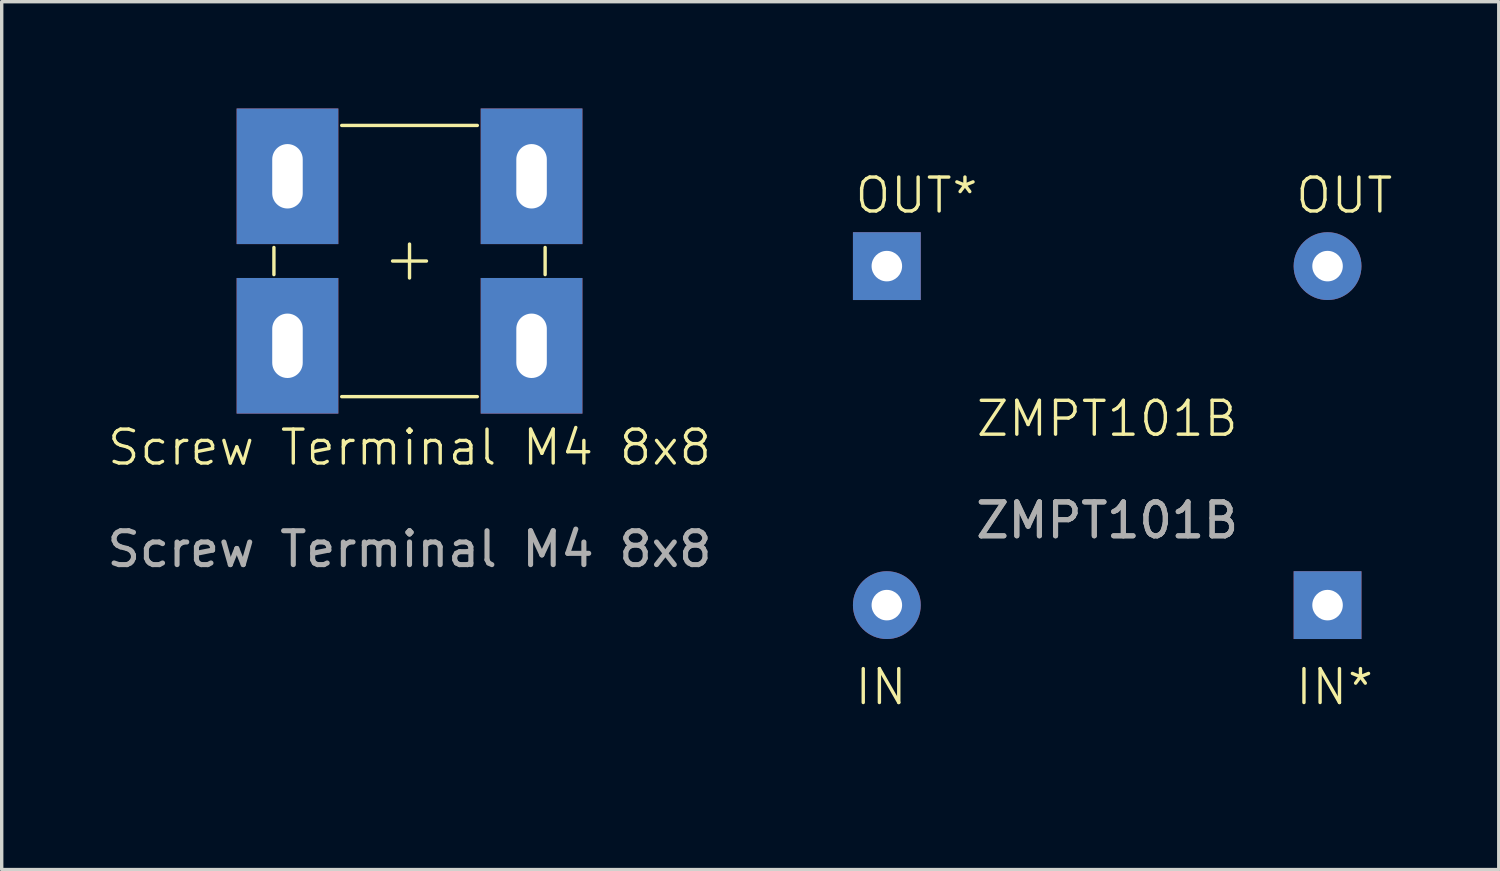
<source format=kicad_pcb>
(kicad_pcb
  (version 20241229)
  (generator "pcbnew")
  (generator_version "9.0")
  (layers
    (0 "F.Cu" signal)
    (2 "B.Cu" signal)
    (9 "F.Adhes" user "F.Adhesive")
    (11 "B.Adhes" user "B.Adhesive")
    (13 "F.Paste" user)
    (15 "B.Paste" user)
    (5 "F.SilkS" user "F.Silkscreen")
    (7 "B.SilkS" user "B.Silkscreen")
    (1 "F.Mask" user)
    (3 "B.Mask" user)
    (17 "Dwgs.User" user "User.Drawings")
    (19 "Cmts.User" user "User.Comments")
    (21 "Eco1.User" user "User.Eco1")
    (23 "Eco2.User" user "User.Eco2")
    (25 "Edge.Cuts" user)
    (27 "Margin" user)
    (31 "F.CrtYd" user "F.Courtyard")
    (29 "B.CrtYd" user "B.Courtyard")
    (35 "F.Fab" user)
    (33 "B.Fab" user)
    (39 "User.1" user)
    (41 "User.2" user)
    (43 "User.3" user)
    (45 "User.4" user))
  (footprint "Screw Terminal M4 8x8"
    (layer "F.Cu")
    (at 9.03 10.65)
    (property "Reference" "Screw Terminal M4 8x8" (at 0 -0.5 0) (unlocked yes) (layer "F.SilkS") (effects (font (size 1 1) (thickness 0.1))))
    (attr smd)
    (fp_line (start -4 -5.6) (end -4 -6.4) (stroke (width 0.1) (type default)) (layer "F.SilkS"))
    (fp_line (start -2 -10) (end 2 -10) (stroke (width 0.1) (type default)) (layer "F.SilkS"))
    (fp_line (start -2 -2) (end 2 -2) (stroke (width 0.1) (type default)) (layer "F.SilkS"))
    (fp_line (start -0.5 -6) (end 0.5 -6) (stroke (width 0.1) (type default)) (layer "F.SilkS"))
    (fp_line (start 0 -5.5) (end 0 -6.5) (stroke (width 0.1) (type default)) (layer "F.SilkS"))
    (fp_line (start 4 -5.6) (end 4 -6.4) (stroke (width 0.1) (type default)) (layer "F.SilkS"))
    (fp_rect (start -5.2 -10.6) (end 5.2 -1.4) (stroke (width 0.1) (type default)) (fill no) (layer "Margin"))
    (fp_text user "${REFERENCE}" (at 0 2.5 0) (unlocked yes) (layer "F.Fab") (effects (font (size 1 1) (thickness 0.15))))
    (pad "1" thru_hole rect (at -3.6 -8.5 90) (size 4 3) (drill oval 1.9 0.9) (layers "*.Cu" "*.Mask"))
    (pad "1" thru_hole rect (at -3.6 -3.5 90) (size 4 3) (drill oval 1.9 0.9) (layers "*.Cu" "*.Mask"))
    (pad "1" thru_hole rect (at 3.6 -8.5 90) (size 4 3) (drill oval 1.9 0.9) (layers "*.Cu" "*.Mask"))
    (pad "1" thru_hole rect (at 3.6 -3.5 90) (size 4 3) (drill oval 1.9 0.9) (layers "*.Cu" "*.Mask")))
  (footprint "ZMPT101B"
    (layer "F.Cu")
    (at 29.61 9.8)
    (property "Reference" "ZMPT101B" (at 0 -0.5 0) (unlocked yes) (layer "F.SilkS") (effects (font (size 1 1) (thickness 0.1))))
    (attr through_hole)
    (fp_rect (start -8.5 -9.75) (end 8.5 9.75) (stroke (width 0.1) (type default)) (fill no) (layer "Margin"))
    (fp_text user "IN*" (at 5.5 8 0) (unlocked yes) (layer "F.SilkS") (effects (font (size 1 1) (thickness 0.1)) (justify left bottom)))
    (fp_text user "OUT" (at 5.5 -6.5 0) (unlocked yes) (layer "F.SilkS") (effects (font (size 1 1) (thickness 0.1)) (justify left bottom)))
    (fp_text user "IN" (at -7.5 8 0) (unlocked yes) (layer "F.SilkS") (effects (font (size 1 1) (thickness 0.1)) (justify left bottom)))
    (fp_text user "OUT*" (at -7.5 -6.5 0) (unlocked yes) (layer "F.SilkS") (effects (font (size 1 1) (thickness 0.1)) (justify left bottom)))
    (fp_text user "${REFERENCE}" (at 0 2.5 0) (unlocked yes) (layer "F.Fab") (effects (font (size 1 1) (thickness 0.15))))
    (fp_text user "${REFERENCE}" (at 0 2.5 0) (unlocked yes) (layer "F.Fab") (effects (font (size 1 1) (thickness 0.15))))
    (pad "1" thru_hole rect (at 6.5 5) (size 2 2) (drill 0.9) (layers "*.Cu" "*.Mask"))
    (pad "2" thru_hole circle (at -6.5 5) (size 2 2) (drill 0.9) (layers "*.Cu" "*.Mask"))
    (pad "3" thru_hole rect (at -6.5 -5) (size 2 2) (drill 0.9) (layers "*.Cu" "*.Mask" "B.Adhes"))
    (pad "4" thru_hole circle (at 6.5 -5) (size 2 2) (drill 0.9) (layers "*.Cu" "*.Mask")))
  (gr_rect
    (start -3 -3)
    (end 41.16 22.6)
    (stroke (width 0.1) (type default))
    (fill no)
    (layer "Edge.Cuts")))
</source>
